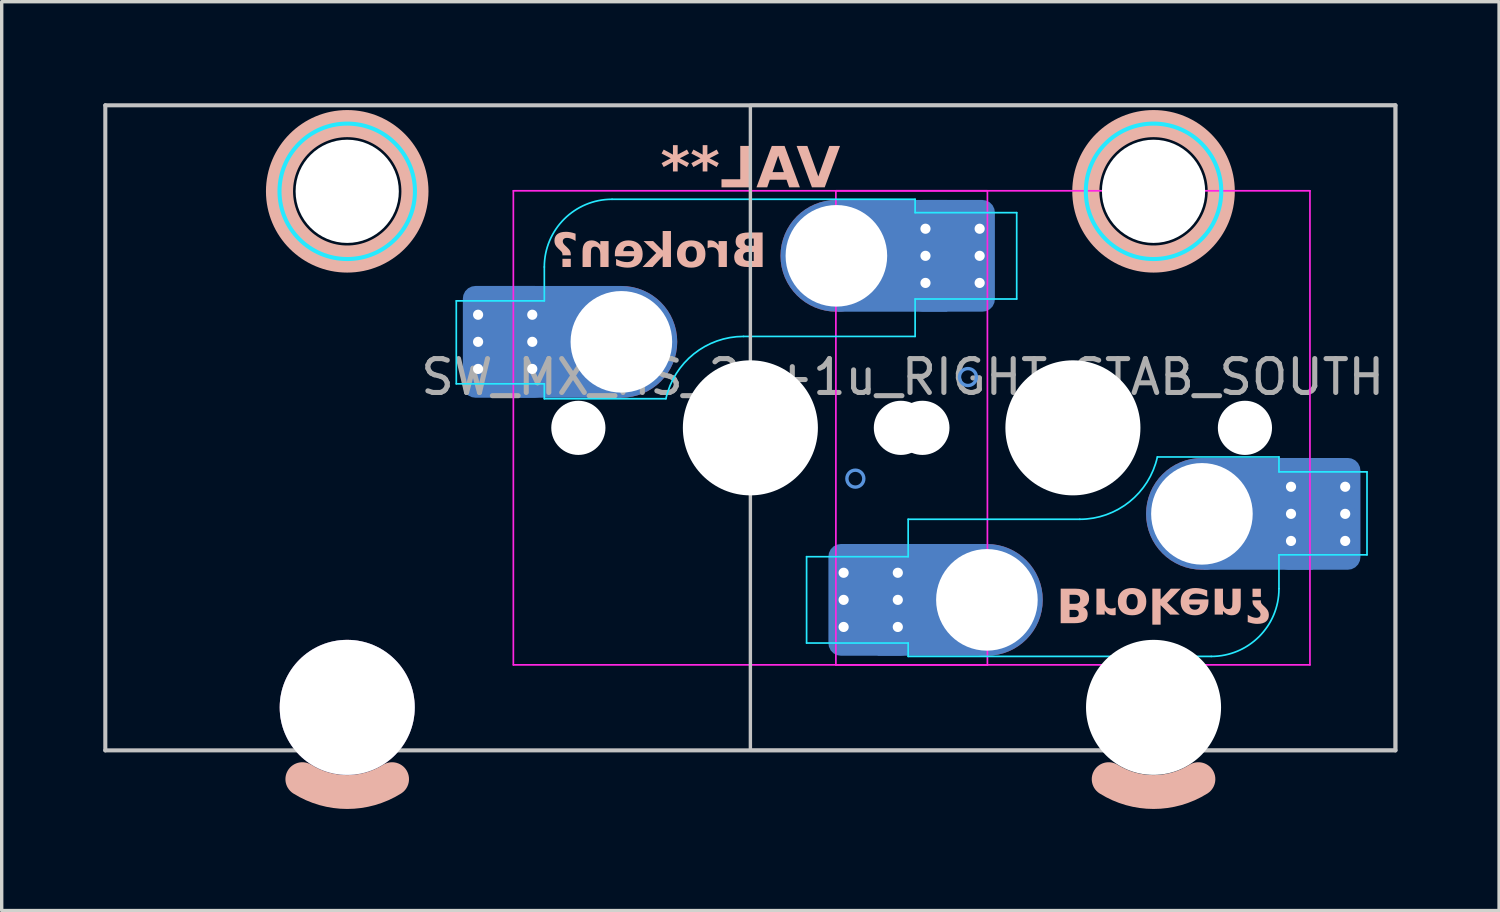
<source format=kicad_pcb>
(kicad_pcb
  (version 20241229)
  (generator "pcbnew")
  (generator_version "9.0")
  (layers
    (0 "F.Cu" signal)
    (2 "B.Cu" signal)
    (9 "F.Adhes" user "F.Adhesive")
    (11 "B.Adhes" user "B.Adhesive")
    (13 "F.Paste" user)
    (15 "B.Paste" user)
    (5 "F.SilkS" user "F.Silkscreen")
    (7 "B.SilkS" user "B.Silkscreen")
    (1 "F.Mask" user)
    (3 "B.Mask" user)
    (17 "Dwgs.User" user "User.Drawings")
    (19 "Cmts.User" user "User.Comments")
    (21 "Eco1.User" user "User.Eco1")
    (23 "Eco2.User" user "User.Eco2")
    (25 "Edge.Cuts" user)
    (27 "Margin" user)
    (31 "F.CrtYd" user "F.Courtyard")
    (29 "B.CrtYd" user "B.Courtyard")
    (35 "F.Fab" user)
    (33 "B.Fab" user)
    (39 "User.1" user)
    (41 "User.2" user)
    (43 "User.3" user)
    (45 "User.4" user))
  (footprint "SW_MX_HS_2u+1u_RIGHT_STAB_SOUTH"
    (layer "F.Cu")
    (at 28.635 9.585)
    (property "Reference" "SW_MX_HS_2u+1u_RIGHT_STAB_SOUTH" (at -5.025 -1.5 0) (layer "F.Fab") (effects (font (size 1 1) (thickness 0.15))))
    (property "Value" "VAL**" (at -4.44 7.79 0) (layer "B.SilkS") (hide yes) (effects (font (size 1.2 1.2) (thickness 0.24) (bold yes)) (justify mirror)))
    (attr smd)
    (fp_arc (start -20.106252 10.374995) (mid -21.43125 10.755) (end -22.756248 10.374995) (stroke (width 1) (type default)) (layer "B.SilkS"))
    (fp_arc (start 3.706248 10.374995) (mid 2.38125 10.755) (end 1.056252 10.374995) (stroke (width 1) (type default)) (layer "B.SilkS"))
    (fp_circle (center -21.431 -6.985) (end -23.431 -6.985) (stroke (width 0.8) (type solid)) (fill no) (layer "B.SilkS"))
    (fp_circle (center 2.381 -6.985) (end 0.381 -6.985) (stroke (width 0.8) (type solid)) (fill no) (layer "B.SilkS"))
    (fp_line (start -28.575 -9.525) (end -28.575 9.525) (stroke (width 0.12) (type solid)) (layer "Dwgs.User"))
    (fp_line (start -28.575 -9.525) (end 9.525 -9.525) (stroke (width 0.12) (type solid)) (layer "Dwgs.User"))
    (fp_line (start -28.575 9.525) (end 9.525 9.525) (stroke (width 0.12) (type solid)) (layer "Dwgs.User"))
    (fp_line (start 9.525 -9.525) (end 9.525 9.525) (stroke (width 0.12) (type solid)) (layer "Dwgs.User"))
    (fp_rect (start 9.525 9.525) (end -9.525 -9.525) (stroke (width 0.1) (type default)) (fill no) (layer "Dwgs.User"))
    (fp_circle (center -13.335 -2.54) (end -13.335 -3.04) (stroke (width 0.1) (type default)) (fill no) (layer "Cmts.User"))
    (fp_circle (center -6.985 -5.08) (end -6.985 -5.58) (stroke (width 0.1) (type default)) (fill no) (layer "Cmts.User"))
    (fp_circle (center -6.425 1.5) (end -6.175 1.5) (stroke (width 0.1) (type default)) (fill no) (layer "Cmts.User"))
    (fp_circle (center -3.1 -1.5) (end -3.35 -1.5) (stroke (width 0.1) (type default)) (fill no) (layer "Cmts.User"))
    (fp_circle (center -2.54 5.08) (end -2.54 5.58) (stroke (width 0.1) (type default)) (fill no) (layer "Cmts.User"))
    (fp_circle (center 3.81 2.54) (end 3.81 3.04) (stroke (width 0.1) (type default)) (fill no) (layer "Cmts.User"))
    (fp_line (start -24.806 -5.5) (end -24.806 7.5) (stroke (width 0.05) (type solid)) (layer "Eco2.User"))
    (fp_line (start -24.306 -6) (end -18.556 -6) (stroke (width 0.05) (type solid)) (layer "Eco2.User"))
    (fp_line (start -24.306 8) (end -18.556 8) (stroke (width 0.05) (type solid)) (layer "Eco2.User"))
    (fp_line (start -18.056 -5.5) (end -18.056 7.5) (stroke (width 0.05) (type solid)) (layer "Eco2.User"))
    (fp_line (start -16.525 6.5) (end -16.525 -6.5) (stroke (width 0.05) (type solid)) (layer "Eco2.User"))
    (fp_line (start -16.025 -7) (end -3.025 -7) (stroke (width 0.05) (type solid)) (layer "Eco2.User"))
    (fp_line (start -7 6.5) (end -7 -6.5) (stroke (width 0.05) (type solid)) (layer "Eco2.User"))
    (fp_line (start -6.5 -7) (end 6.5 -7) (stroke (width 0.05) (type solid)) (layer "Eco2.User"))
    (fp_line (start -3.025 7) (end -16.025 7) (stroke (width 0.05) (type solid)) (layer "Eco2.User"))
    (fp_line (start -2.525 -6.5) (end -2.525 6.5) (stroke (width 0.05) (type solid)) (layer "Eco2.User"))
    (fp_line (start -0.994 -5.5) (end -0.994 7.5) (stroke (width 0.05) (type solid)) (layer "Eco2.User"))
    (fp_line (start -0.494 -6) (end 5.255 -6) (stroke (width 0.05) (type solid)) (layer "Eco2.User"))
    (fp_line (start -0.494 8) (end 5.256 8) (stroke (width 0.05) (type solid)) (layer "Eco2.User"))
    (fp_line (start 5.755 -5.5) (end 5.756 7.5) (stroke (width 0.05) (type solid)) (layer "Eco2.User"))
    (fp_line (start 6.5 7) (end -6.5 7) (stroke (width 0.05) (type solid)) (layer "Eco2.User"))
    (fp_line (start 7 -6.5) (end 7 6.5) (stroke (width 0.05) (type solid)) (layer "Eco2.User"))
    (fp_arc (start -24.80625 -5.499999) (mid -24.659803 -5.853552) (end -24.30625 -5.999999) (stroke (width 0.05) (type solid)) (layer "Eco2.User"))
    (fp_arc (start -24.30625 8.000001) (mid -24.659803 7.853554) (end -24.80625 7.500001) (stroke (width 0.05) (type solid)) (layer "Eco2.User"))
    (fp_arc (start -18.55625 -5.999999) (mid -18.202697 -5.853552) (end -18.05625 -5.499999) (stroke (width 0.05) (type solid)) (layer "Eco2.User"))
    (fp_arc (start -18.05625 7.500001) (mid -18.202697 7.853554) (end -18.55625 8.000001) (stroke (width 0.05) (type solid)) (layer "Eco2.User"))
    (fp_arc (start -16.525 -6.5) (mid -16.378553 -6.853553) (end -16.025 -7) (stroke (width 0.05) (type solid)) (layer "Eco2.User"))
    (fp_arc (start -16.025 7) (mid -16.378553 6.853553) (end -16.525 6.5) (stroke (width 0.05) (type solid)) (layer "Eco2.User"))
    (fp_arc (start -6.997236 -6.498884) (mid -6.850806 -6.852455) (end -6.497236 -6.998884) (stroke (width 0.05) (type solid)) (layer "Eco2.User"))
    (fp_arc (start -6.5 7) (mid -6.853553 6.853553) (end -7 6.5) (stroke (width 0.05) (type solid)) (layer "Eco2.User"))
    (fp_arc (start -3.025 -7) (mid -2.671447 -6.853553) (end -2.525 -6.5) (stroke (width 0.05) (type solid)) (layer "Eco2.User"))
    (fp_arc (start -2.527764 6.498884) (mid -2.674194 6.852455) (end -3.027764 6.998884) (stroke (width 0.05) (type solid)) (layer "Eco2.User"))
    (fp_arc (start -0.99375 -5.499999) (mid -0.847315 -5.853565) (end -0.49375 -5.999999) (stroke (width 0.05) (type solid)) (layer "Eco2.User"))
    (fp_arc (start -0.49375 8.000001) (mid -0.847307 7.853543) (end -0.99375 7.500001) (stroke (width 0.05) (type solid)) (layer "Eco2.User"))
    (fp_arc (start 5.255039 -5.999999) (mid 5.608602 -5.853545) (end 5.755039 -5.499999) (stroke (width 0.05) (type solid)) (layer "Eco2.User"))
    (fp_arc (start 5.75625 7.500001) (mid 5.6098 7.853536) (end 5.25625 8.000001) (stroke (width 0.05) (type solid)) (layer "Eco2.User"))
    (fp_arc (start 6.5 -7) (mid 6.853553 -6.853553) (end 7 -6.5) (stroke (width 0.05) (type solid)) (layer "Eco2.User"))
    (fp_arc (start 7 6.5) (mid 6.853553 6.853553) (end 6.5 7) (stroke (width 0.05) (type solid)) (layer "Eco2.User"))
    (fp_line (start -18.21 -3.75) (end -18.21 -1.3) (stroke (width 0.05) (type solid)) (layer "B.CrtYd"))
    (fp_line (start -18.21 -1.3) (end -15.61 -1.3) (stroke (width 0.05) (type solid)) (layer "B.CrtYd"))
    (fp_line (start -15.61 -3.75) (end -18.21 -3.75) (stroke (width 0.05) (type solid)) (layer "B.CrtYd"))
    (fp_line (start -15.61 -3.75) (end -15.61 -4.75) (stroke (width 0.05) (type solid)) (layer "B.CrtYd"))
    (fp_line (start -15.61 -1.3) (end -15.61 -0.86) (stroke (width 0.05) (type solid)) (layer "B.CrtYd"))
    (fp_line (start -15.61 -0.86) (end -12.019 -0.86) (stroke (width 0.05) (type solid)) (layer "B.CrtYd"))
    (fp_line (start -13.61 -6.75) (end -4.66 -6.75) (stroke (width 0.05) (type solid)) (layer "B.CrtYd"))
    (fp_line (start -7.865 3.805) (end -7.865 6.355) (stroke (width 0.05) (type solid)) (layer "B.CrtYd"))
    (fp_line (start -4.865 2.7) (end 0.2 2.7) (stroke (width 0.05) (type solid)) (layer "B.CrtYd"))
    (fp_line (start -4.865 3.805) (end -7.865 3.805) (stroke (width 0.05) (type solid)) (layer "B.CrtYd"))
    (fp_line (start -4.865 3.805) (end -4.865 2.7) (stroke (width 0.05) (type solid)) (layer "B.CrtYd"))
    (fp_line (start -4.865 6.355) (end -7.865 6.355) (stroke (width 0.05) (type solid)) (layer "B.CrtYd"))
    (fp_line (start -4.865 6.75) (end -4.865 6.355) (stroke (width 0.05) (type solid)) (layer "B.CrtYd"))
    (fp_line (start -4.66 -6.75) (end -4.66 -6.355) (stroke (width 0.05) (type solid)) (layer "B.CrtYd"))
    (fp_line (start -4.66 -6.355) (end -1.66 -6.355) (stroke (width 0.05) (type solid)) (layer "B.CrtYd"))
    (fp_line (start -4.66 -3.805) (end -4.66 -2.7) (stroke (width 0.05) (type solid)) (layer "B.CrtYd"))
    (fp_line (start -4.66 -3.805) (end -1.66 -3.805) (stroke (width 0.05) (type solid)) (layer "B.CrtYd"))
    (fp_line (start -4.66 -2.7) (end -9.725 -2.7) (stroke (width 0.05) (type solid)) (layer "B.CrtYd"))
    (fp_line (start -1.66 -3.805) (end -1.66 -6.355) (stroke (width 0.05) (type solid)) (layer "B.CrtYd"))
    (fp_line (start 4.085 6.75) (end -4.865 6.75) (stroke (width 0.05) (type solid)) (layer "B.CrtYd"))
    (fp_line (start 6.085 0.86) (end 2.494 0.86) (stroke (width 0.05) (type solid)) (layer "B.CrtYd"))
    (fp_line (start 6.085 1.3) (end 6.085 0.86) (stroke (width 0.05) (type solid)) (layer "B.CrtYd"))
    (fp_line (start 6.085 3.75) (end 6.085 4.75) (stroke (width 0.05) (type solid)) (layer "B.CrtYd"))
    (fp_line (start 6.085 3.75) (end 8.685 3.75) (stroke (width 0.05) (type solid)) (layer "B.CrtYd"))
    (fp_line (start 8.685 1.3) (end 6.085 1.3) (stroke (width 0.05) (type solid)) (layer "B.CrtYd"))
    (fp_line (start 8.685 3.75) (end 8.685 1.3) (stroke (width 0.05) (type solid)) (layer "B.CrtYd"))
    (fp_arc (start -15.610176 -4.75022) (mid -15.02439 -6.164434) (end -13.610176 -6.75022) (stroke (width 0.05) (type solid)) (layer "B.CrtYd"))
    (fp_arc (start -12.019322 -0.86022) (mid -11.195503 -2.183399) (end -9.725 -2.70022) (stroke (width 0.05) (type solid)) (layer "B.CrtYd"))
    (fp_arc (start 2.494322 0.86022) (mid 1.670501 2.183395) (end 0.2 2.70022) (stroke (width 0.05) (type solid)) (layer "B.CrtYd"))
    (fp_arc (start 6.085176 4.75022) (mid 5.499389 6.164432) (end 4.085176 6.75022) (stroke (width 0.05) (type solid)) (layer "B.CrtYd"))
    (fp_circle (center -21.431 -6.985) (end -19.431 -6.985) (stroke (width 0.12) (type solid)) (fill no) (layer "B.CrtYd"))
    (fp_circle (center 2.381 -6.985) (end 4.381 -6.985) (stroke (width 0.12) (type solid)) (fill no) (layer "B.CrtYd"))
    (fp_line (start -16.525 -7) (end -16.525 7) (stroke (width 0.05) (type solid)) (layer "F.CrtYd"))
    (fp_line (start -16.525 7) (end -2.525 7) (stroke (width 0.05) (type solid)) (layer "F.CrtYd"))
    (fp_line (start -7 -7) (end -7 7) (stroke (width 0.05) (type solid)) (layer "F.CrtYd"))
    (fp_line (start -7 7) (end 7 7) (stroke (width 0.05) (type solid)) (layer "F.CrtYd"))
    (fp_line (start -2.525 -7) (end -16.525 -7) (stroke (width 0.05) (type solid)) (layer "F.CrtYd"))
    (fp_line (start -2.525 7) (end -2.525 -7) (stroke (width 0.05) (type solid)) (layer "F.CrtYd"))
    (fp_line (start 7 -7) (end -7 -7) (stroke (width 0.05) (type solid)) (layer "F.CrtYd"))
    (fp_line (start 7 7) (end 7 -7) (stroke (width 0.05) (type solid)) (layer "F.CrtYd"))
    (fp_text user "${VALUE}" (at -9.525 -7.6 0) (layer "B.SilkS") (effects (font (face "Hitmo2.0") (size 1.2 1.2) (thickness 0.24) (bold yes)) (justify mirror)))
    (fp_text user "Broken?" (at -0.49 4.58 180) (unlocked yes) (layer "B.SilkS") (effects (font (face "Hitmo2.0") (size 1 1) (thickness 0.25) (bold yes)) (justify left bottom mirror)))
    (fp_text user "Broken?" (at -9.035 -4.58 0) (unlocked yes) (layer "B.SilkS") (effects (font (face "Hitmo2.0") (size 1 1) (thickness 0.25) (bold yes)) (justify left bottom mirror)))
    (pad "" np_thru_hole circle (at -21.431 -6.985) (size 3.048 3.048) (drill 3.048) (layers "*.Cu" "*.Mask"))
    (pad "" thru_hole circle (at -21.431 8.255) (size 3.988 3.988) (drill 3.988) (layers "*.Cu" "*.Mask"))
    (pad "" np_thru_hole circle (at -14.605 0) (size 1.6 1.6) (drill 1.6) (layers "*.Cu" "*.Mask"))
    (pad "" np_thru_hole circle (at -9.525 0) (size 3.988 3.988) (drill 3.988) (layers "*.Cu" "*.Mask"))
    (pad "" np_thru_hole circle (at -5.08 0 180) (size 1.6 1.6) (drill 1.6) (layers "*.Cu" "*.Mask"))
    (pad "" np_thru_hole circle (at -4.445 0) (size 1.6 1.6) (drill 1.6) (layers "*.Cu" "*.Mask"))
    (pad "" np_thru_hole circle (at 0 0 180) (size 3.988 3.988) (drill 3.988) (layers "*.Cu" "*.Mask"))
    (pad "" np_thru_hole circle (at 2.381 -6.985) (size 3.048 3.048) (drill 3.048) (layers "*.Cu" "*.Mask"))
    (pad "" np_thru_hole circle (at 2.381 8.255) (size 3.988 3.988) (drill 3.988) (layers "*.Cu" "*.Mask"))
    (pad "" np_thru_hole circle (at 5.08 0 180) (size 1.6 1.6) (drill 1.6) (layers "*.Cu" "*.Mask"))
    (pad "1" thru_hole circle (at -17.566 -3.34 180) (size 0.6 0.6) (drill 0.3) (layers "*.Cu"))
    (pad "1" thru_hole circle (at -17.566 -2.54 180) (size 0.6 0.6) (drill 0.3) (layers "*.Cu"))
    (pad "1" thru_hole circle (at -17.566 -1.74 180) (size 0.6 0.6) (drill 0.3) (layers "*.Cu"))
    (pad "1" smd roundrect (at -16.766 -2.54 180) (size 2.2 3) (layers "B.Cu" "B.Mask" "B.Paste") (roundrect_rratio 0.114))
    (pad "1" smd roundrect (at -16.766 -2.54 180) (size 2.5 3.3) (layers "B.Cu") (roundrect_rratio 0.148))
    (pad "1" thru_hole circle (at -15.966 -3.34 180) (size 0.6 0.6) (drill 0.3) (layers "*.Cu"))
    (pad "1" thru_hole circle (at -15.966 -2.54 180) (size 0.6 0.6) (drill 0.3) (layers "*.Cu"))
    (pad "1" thru_hole circle (at -15.966 -1.74 180) (size 0.6 0.6) (drill 0.3) (layers "*.Cu"))
    (pad "1" smd rect (at -14.948 -2.54 180) (size 3.226 3.3) (layers "B.Cu"))
    (pad "1" thru_hole circle (at -13.335 -2.54 180) (size 3 3) (drill 3) (layers "*.Cu" "*.Mask"))
    (pad "1" smd circle (at -13.335 -2.54 180) (size 3.3 3.3) (layers "F.Cu"))
    (pad "1" smd circle (at -13.335 -2.54 180) (size 3.3 3.3) (layers "B.Cu"))
    (pad "1" thru_hole circle (at -6.771 4.28 180) (size 0.6 0.6) (drill 0.3) (layers "*.Cu"))
    (pad "1" thru_hole circle (at -6.771 5.08 180) (size 0.6 0.6) (drill 0.3) (layers "*.Cu"))
    (pad "1" thru_hole circle (at -6.771 5.88 180) (size 0.6 0.6) (drill 0.3) (layers "*.Cu"))
    (pad "1" smd roundrect (at -5.971 5.08 180) (size 2.2 3) (layers "B.Cu" "B.Mask" "B.Paste") (roundrect_rratio 0.114))
    (pad "1" smd roundrect (at -5.971 5.08 180) (size 2.5 3.3) (layers "B.Cu") (roundrect_rratio 0.148))
    (pad "1" thru_hole circle (at -5.171 4.28 180) (size 0.6 0.6) (drill 0.3) (layers "*.Cu"))
    (pad "1" thru_hole circle (at -5.171 5.08 180) (size 0.6 0.6) (drill 0.3) (layers "*.Cu"))
    (pad "1" thru_hole circle (at -5.171 5.88 180) (size 0.6 0.6) (drill 0.3) (layers "*.Cu"))
    (pad "1" smd rect (at -4.153 5.08 180) (size 3.226 3.3) (layers "B.Cu"))
    (pad "1" thru_hole circle (at -2.54 5.08 180) (size 3 3) (drill 3) (layers "*.Cu" "*.Mask"))
    (pad "1" smd circle (at -2.54 5.08 180) (size 3.3 3.3) (layers "F.Cu"))
    (pad "1" smd circle (at -2.54 5.08 180) (size 3.3 3.3) (layers "B.Cu"))
    (pad "2" thru_hole circle (at -6.985 -5.08) (size 3 3) (drill 3) (layers "*.Cu" "*.Mask"))
    (pad "2" smd circle (at -6.985 -5.08 180) (size 3.3 3.3) (layers "F.Cu"))
    (pad "2" smd circle (at -6.985 -5.08 180) (size 3.3 3.3) (layers "B.Cu"))
    (pad "2" smd rect (at -5.324 -5.08) (size 3.226 3.3) (layers "B.Cu"))
    (pad "2" thru_hole circle (at -4.354 -5.88) (size 0.6 0.6) (drill 0.3) (layers "*.Cu"))
    (pad "2" thru_hole circle (at -4.354 -5.08) (size 0.6 0.6) (drill 0.3) (layers "*.Cu"))
    (pad "2" thru_hole circle (at -4.354 -4.28) (size 0.6 0.6) (drill 0.3) (layers "*.Cu"))
    (pad "2" smd roundrect (at -3.554 -5.08) (size 2.2 3) (layers "B.Cu" "B.Mask" "B.Paste") (roundrect_rratio 0.114))
    (pad "2" smd roundrect (at -3.554 -5.08) (size 2.5 3.3) (layers "B.Cu") (roundrect_rratio 0.148))
    (pad "2" thru_hole circle (at -2.754 -5.88) (size 0.6 0.6) (drill 0.3) (layers "*.Cu"))
    (pad "2" thru_hole circle (at -2.754 -5.08) (size 0.6 0.6) (drill 0.3) (layers "*.Cu"))
    (pad "2" thru_hole circle (at -2.754 -4.28) (size 0.6 0.6) (drill 0.3) (layers "*.Cu"))
    (pad "2" thru_hole circle (at 3.81 2.54) (size 3 3) (drill 3) (layers "*.Cu" "*.Mask"))
    (pad "2" smd circle (at 3.81 2.54 180) (size 3.3 3.3) (layers "F.Cu"))
    (pad "2" smd circle (at 3.81 2.54 180) (size 3.3 3.3) (layers "B.Cu"))
    (pad "2" smd rect (at 5.471 2.54) (size 3.226 3.3) (layers "B.Cu"))
    (pad "2" thru_hole circle (at 6.441 1.74) (size 0.6 0.6) (drill 0.3) (layers "*.Cu"))
    (pad "2" thru_hole circle (at 6.441 2.54) (size 0.6 0.6) (drill 0.3) (layers "*.Cu"))
    (pad "2" thru_hole circle (at 6.441 3.34) (size 0.6 0.6) (drill 0.3) (layers "*.Cu"))
    (pad "2" smd roundrect (at 7.241 2.54) (size 2.2 3) (layers "B.Cu" "B.Mask" "B.Paste") (roundrect_rratio 0.114))
    (pad "2" smd roundrect (at 7.241 2.54) (size 2.5 3.3) (layers "B.Cu") (roundrect_rratio 0.148))
    (pad "2" thru_hole circle (at 8.041 1.74) (size 0.6 0.6) (drill 0.3) (layers "*.Cu"))
    (pad "2" thru_hole circle (at 8.041 2.54) (size 0.6 0.6) (drill 0.3) (layers "*.Cu"))
    (pad "2" thru_hole circle (at 8.041 3.34) (size 0.6 0.6) (drill 0.3) (layers "*.Cu")))
  (gr_rect
    (start -3 -3)
    (end 41.22 23.84)
    (stroke (width 0.1) (type default))
    (fill no)
    (layer "Edge.Cuts")))
</source>
